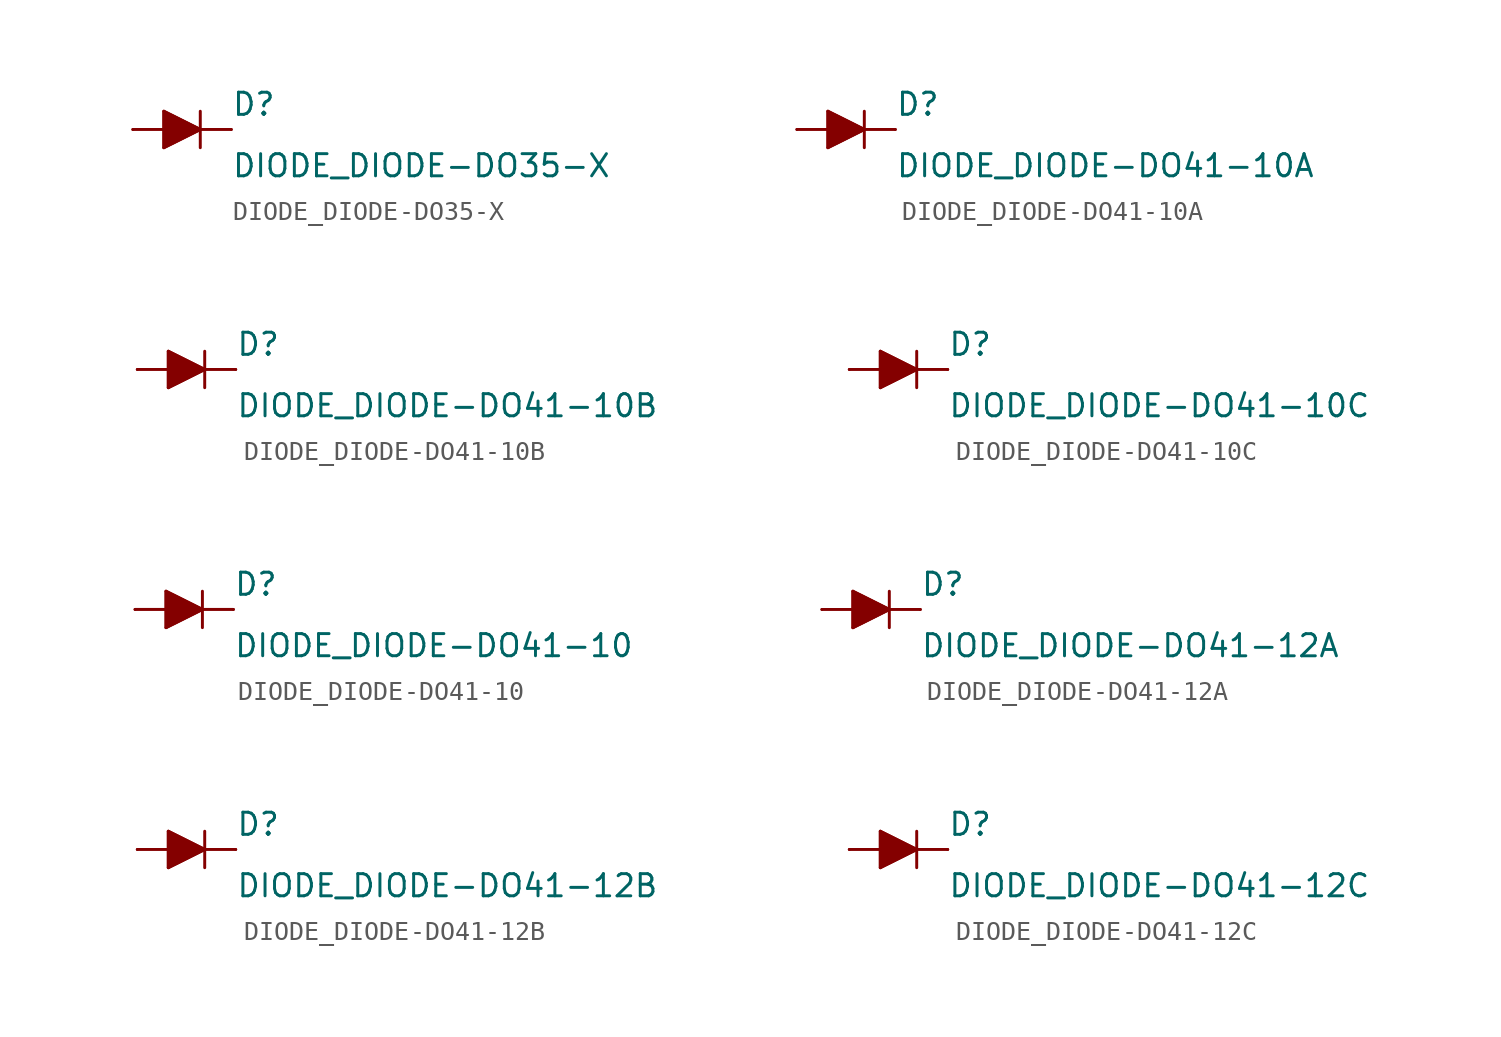
<source format=kicad_sym>
(kicad_symbol_lib
  (version 20210619)
  (generator kicad_symbol_editor)
  (symbol "DIODE_DIODE-DO35-X"
    (pin_numbers hide)
    (pin_names
      (offset 1.016) hide)
    (property "Reference" "D"
      (at 2.54 0.635 0)
      (effects (font (size 1.143 1.143)) (justify left bottom)))
    (property "Value" "DIODE_DIODE-DO35-X"
      (at 2.54 -2.54 0)
      (effects (font (size 1.143 1.143)) (justify left bottom)))
    (property "ki_locked" ""
      (at 0 0 0)
      (effects (font (size 1.27 1.27))))
    (symbol "DIODE_DIODE-DO35-X_1_0"
      (polyline (pts (xy -0.94 -0.94) (xy 0.94 0)) (stroke (width 0)) (fill (type none)))
      (polyline (pts (xy -0.94 0) (xy -2.54 0)) (stroke (width 0)) (fill (type none)))
      (polyline (pts (xy -0.94 0) (xy -0.94 -0.94)) (stroke (width 0)) (fill (type none)))
      (polyline (pts (xy -0.94 0.94) (xy -0.94 0)) (stroke (width 0)) (fill (type none)))
      (polyline (pts (xy 0.94 0) (xy -0.94 0.94)) (stroke (width 0)) (fill (type none)))
      (polyline (pts (xy 0.94 0) (xy 0.94 -0.94)) (stroke (width 0)) (fill (type none)))
      (polyline (pts (xy 0.94 0) (xy 2.54 0)) (stroke (width 0)) (fill (type none)))
      (polyline (pts (xy 0.94 0.94) (xy 0.94 0)) (stroke (width 0)) (fill (type none))))
    (symbol "DIODE_DIODE-DO35-X_1_1"
      (polyline (pts (xy -0.94 0.94) (xy 0.94 0) (xy 0.94 0) (xy -0.94 -0.94) (xy -0.94 -0.94) (xy -0.94 0.94)) (stroke (width 0)) (fill (type outline)))
      (pin passive line (at -2.54 0 0) (length 0) (name "A" (effects (font (size 1.016 1.016)))) (number "A" (effects (font (size 1.016 1.016)))))
      (pin passive line (at 2.54 0 180) (length 0) (name "C" (effects (font (size 1.016 1.016)))) (number "C" (effects (font (size 1.016 1.016)))))))
  (symbol "DIODE_DIODE-DO41-10A"
    (pin_numbers hide)
    (pin_names
      (offset 1.016) hide)
    (property "Reference" "D"
      (at 2.54 0.635 0)
      (effects (font (size 1.143 1.143)) (justify left bottom)))
    (property "Value" "DIODE_DIODE-DO41-10A"
      (at 2.54 -2.54 0)
      (effects (font (size 1.143 1.143)) (justify left bottom)))
    (property "ki_locked" ""
      (at 0 0 0)
      (effects (font (size 1.27 1.27))))
    (symbol "DIODE_DIODE-DO41-10A_1_0"
      (polyline (pts (xy -0.94 -0.94) (xy 0.94 0)) (stroke (width 0)) (fill (type none)))
      (polyline (pts (xy -0.94 0) (xy -2.54 0)) (stroke (width 0)) (fill (type none)))
      (polyline (pts (xy -0.94 0) (xy -0.94 -0.94)) (stroke (width 0)) (fill (type none)))
      (polyline (pts (xy -0.94 0.94) (xy -0.94 0)) (stroke (width 0)) (fill (type none)))
      (polyline (pts (xy 0.94 0) (xy -0.94 0.94)) (stroke (width 0)) (fill (type none)))
      (polyline (pts (xy 0.94 0) (xy 0.94 -0.94)) (stroke (width 0)) (fill (type none)))
      (polyline (pts (xy 0.94 0) (xy 2.54 0)) (stroke (width 0)) (fill (type none)))
      (polyline (pts (xy 0.94 0.94) (xy 0.94 0)) (stroke (width 0)) (fill (type none))))
    (symbol "DIODE_DIODE-DO41-10A_1_1"
      (polyline (pts (xy -0.94 0.94) (xy 0.94 0) (xy 0.94 0) (xy -0.94 -0.94) (xy -0.94 -0.94) (xy -0.94 0.94)) (stroke (width 0)) (fill (type outline)))
      (pin passive line (at -2.54 0 0) (length 0) (name "A" (effects (font (size 1.016 1.016)))) (number "A" (effects (font (size 1.016 1.016)))))
      (pin passive line (at 2.54 0 180) (length 0) (name "C" (effects (font (size 1.016 1.016)))) (number "C" (effects (font (size 1.016 1.016)))))))
  (symbol "DIODE_DIODE-DO41-10B"
    (pin_numbers hide)
    (pin_names
      (offset 1.016) hide)
    (property "Reference" "D"
      (at 2.54 0.635 0)
      (effects (font (size 1.143 1.143)) (justify left bottom)))
    (property "Value" "DIODE_DIODE-DO41-10B"
      (at 2.54 -2.54 0)
      (effects (font (size 1.143 1.143)) (justify left bottom)))
    (property "ki_locked" ""
      (at 0 0 0)
      (effects (font (size 1.27 1.27))))
    (symbol "DIODE_DIODE-DO41-10B_1_0"
      (polyline (pts (xy -0.94 -0.94) (xy 0.94 0)) (stroke (width 0)) (fill (type none)))
      (polyline (pts (xy -0.94 0) (xy -2.54 0)) (stroke (width 0)) (fill (type none)))
      (polyline (pts (xy -0.94 0) (xy -0.94 -0.94)) (stroke (width 0)) (fill (type none)))
      (polyline (pts (xy -0.94 0.94) (xy -0.94 0)) (stroke (width 0)) (fill (type none)))
      (polyline (pts (xy 0.94 0) (xy -0.94 0.94)) (stroke (width 0)) (fill (type none)))
      (polyline (pts (xy 0.94 0) (xy 0.94 -0.94)) (stroke (width 0)) (fill (type none)))
      (polyline (pts (xy 0.94 0) (xy 2.54 0)) (stroke (width 0)) (fill (type none)))
      (polyline (pts (xy 0.94 0.94) (xy 0.94 0)) (stroke (width 0)) (fill (type none))))
    (symbol "DIODE_DIODE-DO41-10B_1_1"
      (polyline (pts (xy -0.94 0.94) (xy 0.94 0) (xy 0.94 0) (xy -0.94 -0.94) (xy -0.94 -0.94) (xy -0.94 0.94)) (stroke (width 0)) (fill (type outline)))
      (pin passive line (at -2.54 0 0) (length 0) (name "A" (effects (font (size 1.016 1.016)))) (number "A" (effects (font (size 1.016 1.016)))))
      (pin passive line (at 2.54 0 180) (length 0) (name "C" (effects (font (size 1.016 1.016)))) (number "C" (effects (font (size 1.016 1.016)))))))
  (symbol "DIODE_DIODE-DO41-10C"
    (pin_numbers hide)
    (pin_names
      (offset 1.016) hide)
    (property "Reference" "D"
      (at 2.54 0.635 0)
      (effects (font (size 1.143 1.143)) (justify left bottom)))
    (property "Value" "DIODE_DIODE-DO41-10C"
      (at 2.54 -2.54 0)
      (effects (font (size 1.143 1.143)) (justify left bottom)))
    (property "ki_locked" ""
      (at 0 0 0)
      (effects (font (size 1.27 1.27))))
    (symbol "DIODE_DIODE-DO41-10C_1_0"
      (polyline (pts (xy -0.94 -0.94) (xy 0.94 0)) (stroke (width 0)) (fill (type none)))
      (polyline (pts (xy -0.94 0) (xy -2.54 0)) (stroke (width 0)) (fill (type none)))
      (polyline (pts (xy -0.94 0) (xy -0.94 -0.94)) (stroke (width 0)) (fill (type none)))
      (polyline (pts (xy -0.94 0.94) (xy -0.94 0)) (stroke (width 0)) (fill (type none)))
      (polyline (pts (xy 0.94 0) (xy -0.94 0.94)) (stroke (width 0)) (fill (type none)))
      (polyline (pts (xy 0.94 0) (xy 0.94 -0.94)) (stroke (width 0)) (fill (type none)))
      (polyline (pts (xy 0.94 0) (xy 2.54 0)) (stroke (width 0)) (fill (type none)))
      (polyline (pts (xy 0.94 0.94) (xy 0.94 0)) (stroke (width 0)) (fill (type none))))
    (symbol "DIODE_DIODE-DO41-10C_1_1"
      (polyline (pts (xy -0.94 0.94) (xy 0.94 0) (xy 0.94 0) (xy -0.94 -0.94) (xy -0.94 -0.94) (xy -0.94 0.94)) (stroke (width 0)) (fill (type outline)))
      (pin passive line (at -2.54 0 0) (length 0) (name "A" (effects (font (size 1.016 1.016)))) (number "A" (effects (font (size 1.016 1.016)))))
      (pin passive line (at 2.54 0 180) (length 0) (name "C" (effects (font (size 1.016 1.016)))) (number "C" (effects (font (size 1.016 1.016)))))))
  (symbol "DIODE_DIODE-DO41-10"
    (pin_numbers hide)
    (pin_names
      (offset 1.016) hide)
    (property "Reference" "D"
      (at 2.54 0.635 0)
      (effects (font (size 1.143 1.143)) (justify left bottom)))
    (property "Value" "DIODE_DIODE-DO41-10"
      (at 2.54 -2.54 0)
      (effects (font (size 1.143 1.143)) (justify left bottom)))
    (property "ki_locked" ""
      (at 0 0 0)
      (effects (font (size 1.27 1.27))))
    (symbol "DIODE_DIODE-DO41-10_1_0"
      (polyline (pts (xy -0.94 -0.94) (xy 0.94 0)) (stroke (width 0)) (fill (type none)))
      (polyline (pts (xy -0.94 0) (xy -2.54 0)) (stroke (width 0)) (fill (type none)))
      (polyline (pts (xy -0.94 0) (xy -0.94 -0.94)) (stroke (width 0)) (fill (type none)))
      (polyline (pts (xy -0.94 0.94) (xy -0.94 0)) (stroke (width 0)) (fill (type none)))
      (polyline (pts (xy 0.94 0) (xy -0.94 0.94)) (stroke (width 0)) (fill (type none)))
      (polyline (pts (xy 0.94 0) (xy 0.94 -0.94)) (stroke (width 0)) (fill (type none)))
      (polyline (pts (xy 0.94 0) (xy 2.54 0)) (stroke (width 0)) (fill (type none)))
      (polyline (pts (xy 0.94 0.94) (xy 0.94 0)) (stroke (width 0)) (fill (type none))))
    (symbol "DIODE_DIODE-DO41-10_1_1"
      (polyline (pts (xy -0.94 0.94) (xy 0.94 0) (xy 0.94 0) (xy -0.94 -0.94) (xy -0.94 -0.94) (xy -0.94 0.94)) (stroke (width 0)) (fill (type outline)))
      (pin passive line (at -2.54 0 0) (length 0) (name "A" (effects (font (size 1.016 1.016)))) (number "A" (effects (font (size 1.016 1.016)))))
      (pin passive line (at 2.54 0 180) (length 0) (name "C" (effects (font (size 1.016 1.016)))) (number "C" (effects (font (size 1.016 1.016)))))))
  (symbol "DIODE_DIODE-DO41-12A"
    (pin_numbers hide)
    (pin_names
      (offset 1.016) hide)
    (property "Reference" "D"
      (at 2.54 0.635 0)
      (effects (font (size 1.143 1.143)) (justify left bottom)))
    (property "Value" "DIODE_DIODE-DO41-12A"
      (at 2.54 -2.54 0)
      (effects (font (size 1.143 1.143)) (justify left bottom)))
    (property "ki_locked" ""
      (at 0 0 0)
      (effects (font (size 1.27 1.27))))
    (symbol "DIODE_DIODE-DO41-12A_1_0"
      (polyline (pts (xy -0.94 -0.94) (xy 0.94 0)) (stroke (width 0)) (fill (type none)))
      (polyline (pts (xy -0.94 0) (xy -2.54 0)) (stroke (width 0)) (fill (type none)))
      (polyline (pts (xy -0.94 0) (xy -0.94 -0.94)) (stroke (width 0)) (fill (type none)))
      (polyline (pts (xy -0.94 0.94) (xy -0.94 0)) (stroke (width 0)) (fill (type none)))
      (polyline (pts (xy 0.94 0) (xy -0.94 0.94)) (stroke (width 0)) (fill (type none)))
      (polyline (pts (xy 0.94 0) (xy 0.94 -0.94)) (stroke (width 0)) (fill (type none)))
      (polyline (pts (xy 0.94 0) (xy 2.54 0)) (stroke (width 0)) (fill (type none)))
      (polyline (pts (xy 0.94 0.94) (xy 0.94 0)) (stroke (width 0)) (fill (type none))))
    (symbol "DIODE_DIODE-DO41-12A_1_1"
      (polyline (pts (xy -0.94 0.94) (xy 0.94 0) (xy 0.94 0) (xy -0.94 -0.94) (xy -0.94 -0.94) (xy -0.94 0.94)) (stroke (width 0)) (fill (type outline)))
      (pin passive line (at -2.54 0 0) (length 0) (name "A" (effects (font (size 1.016 1.016)))) (number "A" (effects (font (size 1.016 1.016)))))
      (pin passive line (at 2.54 0 180) (length 0) (name "C" (effects (font (size 1.016 1.016)))) (number "C" (effects (font (size 1.016 1.016)))))))
  (symbol "DIODE_DIODE-DO41-12B"
    (pin_numbers hide)
    (pin_names
      (offset 1.016) hide)
    (property "Reference" "D"
      (at 2.54 0.635 0)
      (effects (font (size 1.143 1.143)) (justify left bottom)))
    (property "Value" "DIODE_DIODE-DO41-12B"
      (at 2.54 -2.54 0)
      (effects (font (size 1.143 1.143)) (justify left bottom)))
    (property "ki_locked" ""
      (at 0 0 0)
      (effects (font (size 1.27 1.27))))
    (symbol "DIODE_DIODE-DO41-12B_1_0"
      (polyline (pts (xy -0.94 -0.94) (xy 0.94 0)) (stroke (width 0)) (fill (type none)))
      (polyline (pts (xy -0.94 0) (xy -2.54 0)) (stroke (width 0)) (fill (type none)))
      (polyline (pts (xy -0.94 0) (xy -0.94 -0.94)) (stroke (width 0)) (fill (type none)))
      (polyline (pts (xy -0.94 0.94) (xy -0.94 0)) (stroke (width 0)) (fill (type none)))
      (polyline (pts (xy 0.94 0) (xy -0.94 0.94)) (stroke (width 0)) (fill (type none)))
      (polyline (pts (xy 0.94 0) (xy 0.94 -0.94)) (stroke (width 0)) (fill (type none)))
      (polyline (pts (xy 0.94 0) (xy 2.54 0)) (stroke (width 0)) (fill (type none)))
      (polyline (pts (xy 0.94 0.94) (xy 0.94 0)) (stroke (width 0)) (fill (type none))))
    (symbol "DIODE_DIODE-DO41-12B_1_1"
      (polyline (pts (xy -0.94 0.94) (xy 0.94 0) (xy 0.94 0) (xy -0.94 -0.94) (xy -0.94 -0.94) (xy -0.94 0.94)) (stroke (width 0)) (fill (type outline)))
      (pin passive line (at -2.54 0 0) (length 0) (name "A" (effects (font (size 1.016 1.016)))) (number "A" (effects (font (size 1.016 1.016)))))
      (pin passive line (at 2.54 0 180) (length 0) (name "C" (effects (font (size 1.016 1.016)))) (number "C" (effects (font (size 1.016 1.016)))))))
  (symbol "DIODE_DIODE-DO41-12C"
    (pin_numbers hide)
    (pin_names
      (offset 1.016) hide)
    (property "Reference" "D"
      (at 2.54 0.635 0)
      (effects (font (size 1.143 1.143)) (justify left bottom)))
    (property "Value" "DIODE_DIODE-DO41-12C"
      (at 2.54 -2.54 0)
      (effects (font (size 1.143 1.143)) (justify left bottom)))
    (property "ki_locked" ""
      (at 0 0 0)
      (effects (font (size 1.27 1.27))))
    (symbol "DIODE_DIODE-DO41-12C_1_0"
      (polyline (pts (xy -0.94 -0.94) (xy 0.94 0)) (stroke (width 0)) (fill (type none)))
      (polyline (pts (xy -0.94 0) (xy -2.54 0)) (stroke (width 0)) (fill (type none)))
      (polyline (pts (xy -0.94 0) (xy -0.94 -0.94)) (stroke (width 0)) (fill (type none)))
      (polyline (pts (xy -0.94 0.94) (xy -0.94 0)) (stroke (width 0)) (fill (type none)))
      (polyline (pts (xy 0.94 0) (xy -0.94 0.94)) (stroke (width 0)) (fill (type none)))
      (polyline (pts (xy 0.94 0) (xy 0.94 -0.94)) (stroke (width 0)) (fill (type none)))
      (polyline (pts (xy 0.94 0) (xy 2.54 0)) (stroke (width 0)) (fill (type none)))
      (polyline (pts (xy 0.94 0.94) (xy 0.94 0)) (stroke (width 0)) (fill (type none))))
    (symbol "DIODE_DIODE-DO41-12C_1_1"
      (polyline (pts (xy -0.94 0.94) (xy 0.94 0) (xy 0.94 0) (xy -0.94 -0.94) (xy -0.94 -0.94) (xy -0.94 0.94)) (stroke (width 0)) (fill (type outline)))
      (pin passive line (at -2.54 0 0) (length 0) (name "A" (effects (font (size 1.016 1.016)))) (number "A" (effects (font (size 1.016 1.016)))))
      (pin passive line (at 2.54 0 180) (length 0) (name "C" (effects (font (size 1.016 1.016)))) (number "C" (effects (font (size 1.016 1.016))))))))
</source>
